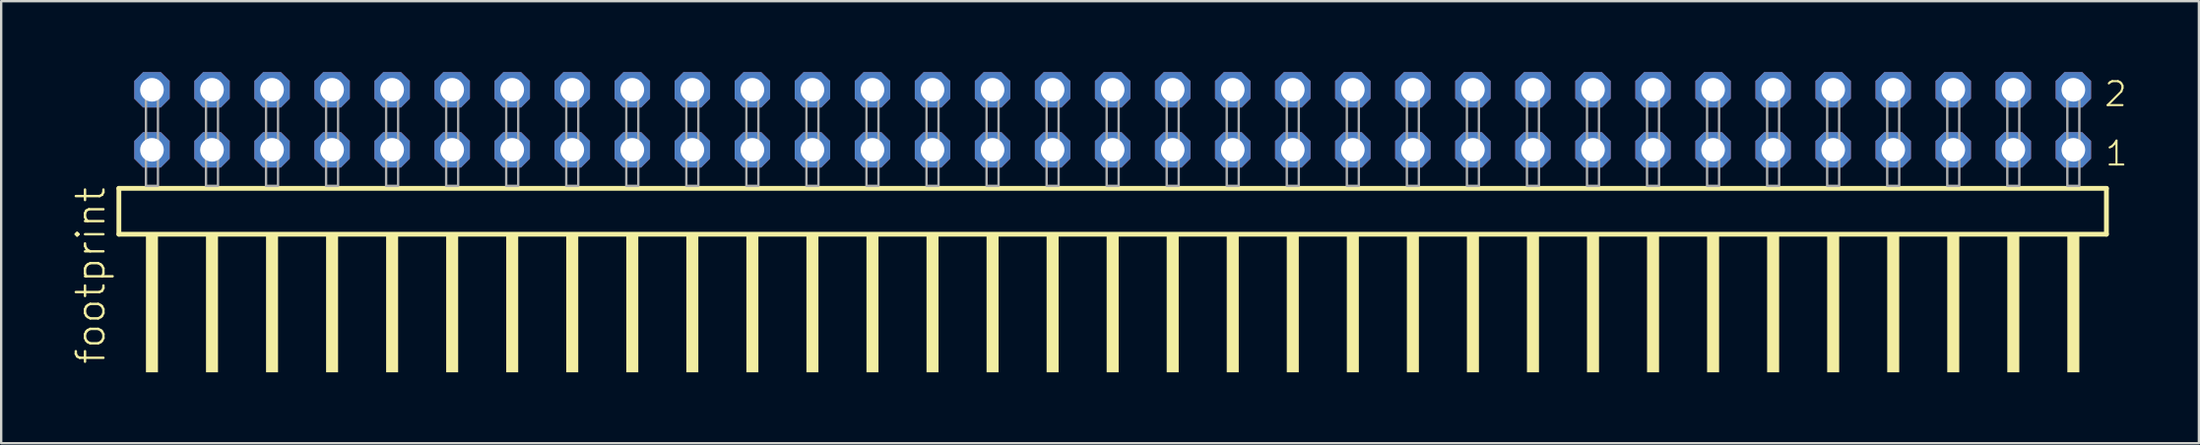
<source format=kicad_pcb>
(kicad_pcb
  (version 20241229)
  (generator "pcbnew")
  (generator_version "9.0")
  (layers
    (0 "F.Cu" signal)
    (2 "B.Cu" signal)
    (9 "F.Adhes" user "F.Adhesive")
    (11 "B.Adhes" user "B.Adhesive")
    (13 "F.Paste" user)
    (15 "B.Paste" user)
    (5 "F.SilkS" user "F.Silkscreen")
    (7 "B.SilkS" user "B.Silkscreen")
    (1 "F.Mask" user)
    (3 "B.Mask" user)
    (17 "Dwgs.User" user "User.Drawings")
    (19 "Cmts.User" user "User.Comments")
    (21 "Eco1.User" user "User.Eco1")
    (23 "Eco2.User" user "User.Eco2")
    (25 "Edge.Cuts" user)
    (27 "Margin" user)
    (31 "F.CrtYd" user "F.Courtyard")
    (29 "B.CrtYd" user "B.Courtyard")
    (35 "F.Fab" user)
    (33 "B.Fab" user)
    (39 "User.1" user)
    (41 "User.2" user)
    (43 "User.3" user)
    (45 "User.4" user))
  (footprint "footprint"
    (layer "F.Cu")
    (at 44.018 4.814)
    (property "Reference" "footprint" (at -42.545 7.62 90) (layer "F.SilkS") (effects (font (size 1.168 1.168) (thickness 0.102)) (justify left bottom)))
    (fp_line (start -42.039 0.106) (end -42.039 2.046) (stroke (width 0.203) (type solid)) (layer "F.SilkS"))
    (fp_line (start -42.039 2.046) (end 42.039 2.046) (stroke (width 0.203) (type solid)) (layer "F.SilkS"))
    (fp_line (start 42.039 0.106) (end -42.039 0.106) (stroke (width 0.203) (type solid)) (layer "F.SilkS"))
    (fp_line (start 42.039 2.046) (end 42.039 0.106) (stroke (width 0.203) (type solid)) (layer "F.SilkS"))
    (fp_poly (pts (xy -40.894 7.89) (xy -40.386 7.89) (xy -40.386 2.04) (xy -40.894 2.04)) (stroke (width 0) (type solid)) (fill yes) (layer "F.SilkS"))
    (fp_poly (pts (xy -38.354 7.89) (xy -37.846 7.89) (xy -37.846 2.04) (xy -38.354 2.04)) (stroke (width 0) (type solid)) (fill yes) (layer "F.SilkS"))
    (fp_poly (pts (xy -35.814 7.89) (xy -35.306 7.89) (xy -35.306 2.04) (xy -35.814 2.04)) (stroke (width 0) (type solid)) (fill yes) (layer "F.SilkS"))
    (fp_poly (pts (xy -33.274 7.89) (xy -32.766 7.89) (xy -32.766 2.04) (xy -33.274 2.04)) (stroke (width 0) (type solid)) (fill yes) (layer "F.SilkS"))
    (fp_poly (pts (xy -30.734 7.89) (xy -30.226 7.89) (xy -30.226 2.04) (xy -30.734 2.04)) (stroke (width 0) (type solid)) (fill yes) (layer "F.SilkS"))
    (fp_poly (pts (xy -28.194 7.89) (xy -27.686 7.89) (xy -27.686 2.04) (xy -28.194 2.04)) (stroke (width 0) (type solid)) (fill yes) (layer "F.SilkS"))
    (fp_poly (pts (xy -25.654 7.89) (xy -25.146 7.89) (xy -25.146 2.04) (xy -25.654 2.04)) (stroke (width 0) (type solid)) (fill yes) (layer "F.SilkS"))
    (fp_poly (pts (xy -23.114 7.89) (xy -22.606 7.89) (xy -22.606 2.04) (xy -23.114 2.04)) (stroke (width 0) (type solid)) (fill yes) (layer "F.SilkS"))
    (fp_poly (pts (xy -20.574 7.89) (xy -20.066 7.89) (xy -20.066 2.04) (xy -20.574 2.04)) (stroke (width 0) (type solid)) (fill yes) (layer "F.SilkS"))
    (fp_poly (pts (xy -18.034 7.89) (xy -17.526 7.89) (xy -17.526 2.04) (xy -18.034 2.04)) (stroke (width 0) (type solid)) (fill yes) (layer "F.SilkS"))
    (fp_poly (pts (xy -15.494 7.89) (xy -14.986 7.89) (xy -14.986 2.04) (xy -15.494 2.04)) (stroke (width 0) (type solid)) (fill yes) (layer "F.SilkS"))
    (fp_poly (pts (xy -12.954 7.89) (xy -12.446 7.89) (xy -12.446 2.04) (xy -12.954 2.04)) (stroke (width 0) (type solid)) (fill yes) (layer "F.SilkS"))
    (fp_poly (pts (xy -10.414 7.89) (xy -9.906 7.89) (xy -9.906 2.04) (xy -10.414 2.04)) (stroke (width 0) (type solid)) (fill yes) (layer "F.SilkS"))
    (fp_poly (pts (xy -7.874 7.89) (xy -7.366 7.89) (xy -7.366 2.04) (xy -7.874 2.04)) (stroke (width 0) (type solid)) (fill yes) (layer "F.SilkS"))
    (fp_poly (pts (xy -5.334 7.89) (xy -4.826 7.89) (xy -4.826 2.04) (xy -5.334 2.04)) (stroke (width 0) (type solid)) (fill yes) (layer "F.SilkS"))
    (fp_poly (pts (xy -2.794 7.89) (xy -2.286 7.89) (xy -2.286 2.04) (xy -2.794 2.04)) (stroke (width 0) (type solid)) (fill yes) (layer "F.SilkS"))
    (fp_poly (pts (xy -0.254 7.89) (xy 0.254 7.89) (xy 0.254 2.04) (xy -0.254 2.04)) (stroke (width 0) (type solid)) (fill yes) (layer "F.SilkS"))
    (fp_poly (pts (xy 2.286 7.89) (xy 2.794 7.89) (xy 2.794 2.04) (xy 2.286 2.04)) (stroke (width 0) (type solid)) (fill yes) (layer "F.SilkS"))
    (fp_poly (pts (xy 4.826 7.89) (xy 5.334 7.89) (xy 5.334 2.04) (xy 4.826 2.04)) (stroke (width 0) (type solid)) (fill yes) (layer "F.SilkS"))
    (fp_poly (pts (xy 7.366 7.89) (xy 7.874 7.89) (xy 7.874 2.04) (xy 7.366 2.04)) (stroke (width 0) (type solid)) (fill yes) (layer "F.SilkS"))
    (fp_poly (pts (xy 9.906 7.89) (xy 10.414 7.89) (xy 10.414 2.04) (xy 9.906 2.04)) (stroke (width 0) (type solid)) (fill yes) (layer "F.SilkS"))
    (fp_poly (pts (xy 12.446 7.89) (xy 12.954 7.89) (xy 12.954 2.04) (xy 12.446 2.04)) (stroke (width 0) (type solid)) (fill yes) (layer "F.SilkS"))
    (fp_poly (pts (xy 14.986 7.89) (xy 15.494 7.89) (xy 15.494 2.04) (xy 14.986 2.04)) (stroke (width 0) (type solid)) (fill yes) (layer "F.SilkS"))
    (fp_poly (pts (xy 17.526 7.89) (xy 18.034 7.89) (xy 18.034 2.04) (xy 17.526 2.04)) (stroke (width 0) (type solid)) (fill yes) (layer "F.SilkS"))
    (fp_poly (pts (xy 20.066 7.89) (xy 20.574 7.89) (xy 20.574 2.04) (xy 20.066 2.04)) (stroke (width 0) (type solid)) (fill yes) (layer "F.SilkS"))
    (fp_poly (pts (xy 22.606 7.89) (xy 23.114 7.89) (xy 23.114 2.04) (xy 22.606 2.04)) (stroke (width 0) (type solid)) (fill yes) (layer "F.SilkS"))
    (fp_poly (pts (xy 25.146 7.89) (xy 25.654 7.89) (xy 25.654 2.04) (xy 25.146 2.04)) (stroke (width 0) (type solid)) (fill yes) (layer "F.SilkS"))
    (fp_poly (pts (xy 27.686 7.89) (xy 28.194 7.89) (xy 28.194 2.04) (xy 27.686 2.04)) (stroke (width 0) (type solid)) (fill yes) (layer "F.SilkS"))
    (fp_poly (pts (xy 30.226 7.89) (xy 30.734 7.89) (xy 30.734 2.04) (xy 30.226 2.04)) (stroke (width 0) (type solid)) (fill yes) (layer "F.SilkS"))
    (fp_poly (pts (xy 32.766 7.89) (xy 33.274 7.89) (xy 33.274 2.04) (xy 32.766 2.04)) (stroke (width 0) (type solid)) (fill yes) (layer "F.SilkS"))
    (fp_poly (pts (xy 35.306 7.89) (xy 35.814 7.89) (xy 35.814 2.04) (xy 35.306 2.04)) (stroke (width 0) (type solid)) (fill yes) (layer "F.SilkS"))
    (fp_poly (pts (xy 37.846 7.89) (xy 38.354 7.89) (xy 38.354 2.04) (xy 37.846 2.04)) (stroke (width 0) (type solid)) (fill yes) (layer "F.SilkS"))
    (fp_poly (pts (xy 40.386 7.89) (xy 40.894 7.89) (xy 40.894 2.04) (xy 40.386 2.04)) (stroke (width 0) (type solid)) (fill yes) (layer "F.SilkS"))
    (fp_poly (pts (xy -40.894 0) (xy -40.386 0) (xy -40.386 -4.318) (xy -40.894 -4.318)) (stroke (width 0.1) (type solid)) (fill no) (layer "F.Fab"))
    (fp_poly (pts (xy -38.354 0) (xy -37.846 0) (xy -37.846 -4.318) (xy -38.354 -4.318)) (stroke (width 0.1) (type solid)) (fill no) (layer "F.Fab"))
    (fp_poly (pts (xy -35.814 0) (xy -35.306 0) (xy -35.306 -4.318) (xy -35.814 -4.318)) (stroke (width 0.1) (type solid)) (fill no) (layer "F.Fab"))
    (fp_poly (pts (xy -33.274 0) (xy -32.766 0) (xy -32.766 -4.318) (xy -33.274 -4.318)) (stroke (width 0.1) (type solid)) (fill no) (layer "F.Fab"))
    (fp_poly (pts (xy -30.734 0) (xy -30.226 0) (xy -30.226 -4.318) (xy -30.734 -4.318)) (stroke (width 0.1) (type solid)) (fill no) (layer "F.Fab"))
    (fp_poly (pts (xy -28.194 0) (xy -27.686 0) (xy -27.686 -4.318) (xy -28.194 -4.318)) (stroke (width 0.1) (type solid)) (fill no) (layer "F.Fab"))
    (fp_poly (pts (xy -25.654 0) (xy -25.146 0) (xy -25.146 -4.318) (xy -25.654 -4.318)) (stroke (width 0.1) (type solid)) (fill no) (layer "F.Fab"))
    (fp_poly (pts (xy -23.114 0) (xy -22.606 0) (xy -22.606 -4.318) (xy -23.114 -4.318)) (stroke (width 0.1) (type solid)) (fill no) (layer "F.Fab"))
    (fp_poly (pts (xy -20.574 0) (xy -20.066 0) (xy -20.066 -4.318) (xy -20.574 -4.318)) (stroke (width 0.1) (type solid)) (fill no) (layer "F.Fab"))
    (fp_poly (pts (xy -18.034 0) (xy -17.526 0) (xy -17.526 -4.318) (xy -18.034 -4.318)) (stroke (width 0.1) (type solid)) (fill no) (layer "F.Fab"))
    (fp_poly (pts (xy -15.494 0) (xy -14.986 0) (xy -14.986 -4.318) (xy -15.494 -4.318)) (stroke (width 0.1) (type solid)) (fill no) (layer "F.Fab"))
    (fp_poly (pts (xy -12.954 0) (xy -12.446 0) (xy -12.446 -4.318) (xy -12.954 -4.318)) (stroke (width 0.1) (type solid)) (fill no) (layer "F.Fab"))
    (fp_poly (pts (xy -10.414 0) (xy -9.906 0) (xy -9.906 -4.318) (xy -10.414 -4.318)) (stroke (width 0.1) (type solid)) (fill no) (layer "F.Fab"))
    (fp_poly (pts (xy -7.874 0) (xy -7.366 0) (xy -7.366 -4.318) (xy -7.874 -4.318)) (stroke (width 0.1) (type solid)) (fill no) (layer "F.Fab"))
    (fp_poly (pts (xy -5.334 0) (xy -4.826 0) (xy -4.826 -4.318) (xy -5.334 -4.318)) (stroke (width 0.1) (type solid)) (fill no) (layer "F.Fab"))
    (fp_poly (pts (xy -2.794 0) (xy -2.286 0) (xy -2.286 -4.318) (xy -2.794 -4.318)) (stroke (width 0.1) (type solid)) (fill no) (layer "F.Fab"))
    (fp_poly (pts (xy -0.254 0) (xy 0.254 0) (xy 0.254 -4.318) (xy -0.254 -4.318)) (stroke (width 0.1) (type solid)) (fill no) (layer "F.Fab"))
    (fp_poly (pts (xy 2.286 0) (xy 2.794 0) (xy 2.794 -4.318) (xy 2.286 -4.318)) (stroke (width 0.1) (type solid)) (fill no) (layer "F.Fab"))
    (fp_poly (pts (xy 4.826 0) (xy 5.334 0) (xy 5.334 -4.318) (xy 4.826 -4.318)) (stroke (width 0.1) (type solid)) (fill no) (layer "F.Fab"))
    (fp_poly (pts (xy 7.366 0) (xy 7.874 0) (xy 7.874 -4.318) (xy 7.366 -4.318)) (stroke (width 0.1) (type solid)) (fill no) (layer "F.Fab"))
    (fp_poly (pts (xy 9.906 0) (xy 10.414 0) (xy 10.414 -4.318) (xy 9.906 -4.318)) (stroke (width 0.1) (type solid)) (fill no) (layer "F.Fab"))
    (fp_poly (pts (xy 12.446 0) (xy 12.954 0) (xy 12.954 -4.318) (xy 12.446 -4.318)) (stroke (width 0.1) (type solid)) (fill no) (layer "F.Fab"))
    (fp_poly (pts (xy 14.986 0) (xy 15.494 0) (xy 15.494 -4.318) (xy 14.986 -4.318)) (stroke (width 0.1) (type solid)) (fill no) (layer "F.Fab"))
    (fp_poly (pts (xy 17.526 0) (xy 18.034 0) (xy 18.034 -4.318) (xy 17.526 -4.318)) (stroke (width 0.1) (type solid)) (fill no) (layer "F.Fab"))
    (fp_poly (pts (xy 20.066 0) (xy 20.574 0) (xy 20.574 -4.318) (xy 20.066 -4.318)) (stroke (width 0.1) (type solid)) (fill no) (layer "F.Fab"))
    (fp_poly (pts (xy 22.606 0) (xy 23.114 0) (xy 23.114 -4.318) (xy 22.606 -4.318)) (stroke (width 0.1) (type solid)) (fill no) (layer "F.Fab"))
    (fp_poly (pts (xy 25.146 0) (xy 25.654 0) (xy 25.654 -4.318) (xy 25.146 -4.318)) (stroke (width 0.1) (type solid)) (fill no) (layer "F.Fab"))
    (fp_poly (pts (xy 27.686 0) (xy 28.194 0) (xy 28.194 -4.318) (xy 27.686 -4.318)) (stroke (width 0.1) (type solid)) (fill no) (layer "F.Fab"))
    (fp_poly (pts (xy 30.226 0) (xy 30.734 0) (xy 30.734 -4.318) (xy 30.226 -4.318)) (stroke (width 0.1) (type solid)) (fill no) (layer "F.Fab"))
    (fp_poly (pts (xy 32.766 0) (xy 33.274 0) (xy 33.274 -4.318) (xy 32.766 -4.318)) (stroke (width 0.1) (type solid)) (fill no) (layer "F.Fab"))
    (fp_poly (pts (xy 35.306 0) (xy 35.814 0) (xy 35.814 -4.318) (xy 35.306 -4.318)) (stroke (width 0.1) (type solid)) (fill no) (layer "F.Fab"))
    (fp_poly (pts (xy 37.846 0) (xy 38.354 0) (xy 38.354 -4.318) (xy 37.846 -4.318)) (stroke (width 0.1) (type solid)) (fill no) (layer "F.Fab"))
    (fp_poly (pts (xy 40.386 0) (xy 40.894 0) (xy 40.894 -4.318) (xy 40.386 -4.318)) (stroke (width 0.1) (type solid)) (fill no) (layer "F.Fab"))
    (fp_text user "2" (at 41.89 -3.29 0) (layer "F.SilkS") (effects (font (size 1.012 1.012) (thickness 0.088)) (justify left bottom)))
    (fp_text user "1" (at 41.925 -0.775 0) (layer "F.SilkS") (effects (font (size 1.012 1.012) (thickness 0.088)) (justify left bottom)))
    (pad "1" thru_hole roundrect (at 40.64 -1.524 180) (size 1.5 1.5) (drill 1) (layers "*.Cu" "*.Mask") (roundrect_rratio 0.25) (chamfer_ratio 0.25) (chamfer top_left top_right bottom_left bottom_right))
    (pad "2" thru_hole roundrect (at 40.64 -4.064 180) (size 1.5 1.5) (drill 1) (layers "*.Cu" "*.Mask") (roundrect_rratio 0.25) (chamfer_ratio 0.25) (chamfer top_left top_right bottom_left bottom_right))
    (pad "3" thru_hole roundrect (at 38.1 -1.524 180) (size 1.5 1.5) (drill 1) (layers "*.Cu" "*.Mask") (roundrect_rratio 0.25) (chamfer_ratio 0.25) (chamfer top_left top_right bottom_left bottom_right))
    (pad "4" thru_hole roundrect (at 38.1 -4.064 180) (size 1.5 1.5) (drill 1) (layers "*.Cu" "*.Mask") (roundrect_rratio 0.25) (chamfer_ratio 0.25) (chamfer top_left top_right bottom_left bottom_right))
    (pad "5" thru_hole roundrect (at 35.56 -1.524 180) (size 1.5 1.5) (drill 1) (layers "*.Cu" "*.Mask") (roundrect_rratio 0.25) (chamfer_ratio 0.25) (chamfer top_left top_right bottom_left bottom_right))
    (pad "6" thru_hole roundrect (at 35.56 -4.064 180) (size 1.5 1.5) (drill 1) (layers "*.Cu" "*.Mask") (roundrect_rratio 0.25) (chamfer_ratio 0.25) (chamfer top_left top_right bottom_left bottom_right))
    (pad "7" thru_hole roundrect (at 33.02 -1.524 180) (size 1.5 1.5) (drill 1) (layers "*.Cu" "*.Mask") (roundrect_rratio 0.25) (chamfer_ratio 0.25) (chamfer top_left top_right bottom_left bottom_right))
    (pad "8" thru_hole roundrect (at 33.02 -4.064 180) (size 1.5 1.5) (drill 1) (layers "*.Cu" "*.Mask") (roundrect_rratio 0.25) (chamfer_ratio 0.25) (chamfer top_left top_right bottom_left bottom_right))
    (pad "9" thru_hole roundrect (at 30.48 -1.524 180) (size 1.5 1.5) (drill 1) (layers "*.Cu" "*.Mask") (roundrect_rratio 0.25) (chamfer_ratio 0.25) (chamfer top_left top_right bottom_left bottom_right))
    (pad "10" thru_hole roundrect (at 30.48 -4.064 180) (size 1.5 1.5) (drill 1) (layers "*.Cu" "*.Mask") (roundrect_rratio 0.25) (chamfer_ratio 0.25) (chamfer top_left top_right bottom_left bottom_right))
    (pad "11" thru_hole roundrect (at 27.94 -1.524 180) (size 1.5 1.5) (drill 1) (layers "*.Cu" "*.Mask") (roundrect_rratio 0.25) (chamfer_ratio 0.25) (chamfer top_left top_right bottom_left bottom_right))
    (pad "12" thru_hole roundrect (at 27.94 -4.064 180) (size 1.5 1.5) (drill 1) (layers "*.Cu" "*.Mask") (roundrect_rratio 0.25) (chamfer_ratio 0.25) (chamfer top_left top_right bottom_left bottom_right))
    (pad "13" thru_hole roundrect (at 25.4 -1.524 180) (size 1.5 1.5) (drill 1) (layers "*.Cu" "*.Mask") (roundrect_rratio 0.25) (chamfer_ratio 0.25) (chamfer top_left top_right bottom_left bottom_right))
    (pad "14" thru_hole roundrect (at 25.4 -4.064 180) (size 1.5 1.5) (drill 1) (layers "*.Cu" "*.Mask") (roundrect_rratio 0.25) (chamfer_ratio 0.25) (chamfer top_left top_right bottom_left bottom_right))
    (pad "15" thru_hole roundrect (at 22.86 -1.524 180) (size 1.5 1.5) (drill 1) (layers "*.Cu" "*.Mask") (roundrect_rratio 0.25) (chamfer_ratio 0.25) (chamfer top_left top_right bottom_left bottom_right))
    (pad "16" thru_hole roundrect (at 22.86 -4.064 180) (size 1.5 1.5) (drill 1) (layers "*.Cu" "*.Mask") (roundrect_rratio 0.25) (chamfer_ratio 0.25) (chamfer top_left top_right bottom_left bottom_right))
    (pad "17" thru_hole roundrect (at 20.32 -1.524 180) (size 1.5 1.5) (drill 1) (layers "*.Cu" "*.Mask") (roundrect_rratio 0.25) (chamfer_ratio 0.25) (chamfer top_left top_right bottom_left bottom_right))
    (pad "18" thru_hole roundrect (at 20.32 -4.064 180) (size 1.5 1.5) (drill 1) (layers "*.Cu" "*.Mask") (roundrect_rratio 0.25) (chamfer_ratio 0.25) (chamfer top_left top_right bottom_left bottom_right))
    (pad "19" thru_hole roundrect (at 17.78 -1.524 180) (size 1.5 1.5) (drill 1) (layers "*.Cu" "*.Mask") (roundrect_rratio 0.25) (chamfer_ratio 0.25) (chamfer top_left top_right bottom_left bottom_right))
    (pad "20" thru_hole roundrect (at 17.78 -4.064 180) (size 1.5 1.5) (drill 1) (layers "*.Cu" "*.Mask") (roundrect_rratio 0.25) (chamfer_ratio 0.25) (chamfer top_left top_right bottom_left bottom_right))
    (pad "21" thru_hole roundrect (at 15.24 -1.524 180) (size 1.5 1.5) (drill 1) (layers "*.Cu" "*.Mask") (roundrect_rratio 0.25) (chamfer_ratio 0.25) (chamfer top_left top_right bottom_left bottom_right))
    (pad "22" thru_hole roundrect (at 15.24 -4.064 180) (size 1.5 1.5) (drill 1) (layers "*.Cu" "*.Mask") (roundrect_rratio 0.25) (chamfer_ratio 0.25) (chamfer top_left top_right bottom_left bottom_right))
    (pad "23" thru_hole roundrect (at 12.7 -1.524 180) (size 1.5 1.5) (drill 1) (layers "*.Cu" "*.Mask") (roundrect_rratio 0.25) (chamfer_ratio 0.25) (chamfer top_left top_right bottom_left bottom_right))
    (pad "24" thru_hole roundrect (at 12.7 -4.064 180) (size 1.5 1.5) (drill 1) (layers "*.Cu" "*.Mask") (roundrect_rratio 0.25) (chamfer_ratio 0.25) (chamfer top_left top_right bottom_left bottom_right))
    (pad "25" thru_hole roundrect (at 10.16 -1.524 180) (size 1.5 1.5) (drill 1) (layers "*.Cu" "*.Mask") (roundrect_rratio 0.25) (chamfer_ratio 0.25) (chamfer top_left top_right bottom_left bottom_right))
    (pad "26" thru_hole roundrect (at 10.16 -4.064 180) (size 1.5 1.5) (drill 1) (layers "*.Cu" "*.Mask") (roundrect_rratio 0.25) (chamfer_ratio 0.25) (chamfer top_left top_right bottom_left bottom_right))
    (pad "27" thru_hole roundrect (at 7.62 -1.524 180) (size 1.5 1.5) (drill 1) (layers "*.Cu" "*.Mask") (roundrect_rratio 0.25) (chamfer_ratio 0.25) (chamfer top_left top_right bottom_left bottom_right))
    (pad "28" thru_hole roundrect (at 7.62 -4.064 180) (size 1.5 1.5) (drill 1) (layers "*.Cu" "*.Mask") (roundrect_rratio 0.25) (chamfer_ratio 0.25) (chamfer top_left top_right bottom_left bottom_right))
    (pad "29" thru_hole roundrect (at 5.08 -1.524 180) (size 1.5 1.5) (drill 1) (layers "*.Cu" "*.Mask") (roundrect_rratio 0.25) (chamfer_ratio 0.25) (chamfer top_left top_right bottom_left bottom_right))
    (pad "30" thru_hole roundrect (at 5.08 -4.064 180) (size 1.5 1.5) (drill 1) (layers "*.Cu" "*.Mask") (roundrect_rratio 0.25) (chamfer_ratio 0.25) (chamfer top_left top_right bottom_left bottom_right))
    (pad "31" thru_hole roundrect (at 2.54 -1.524 180) (size 1.5 1.5) (drill 1) (layers "*.Cu" "*.Mask") (roundrect_rratio 0.25) (chamfer_ratio 0.25) (chamfer top_left top_right bottom_left bottom_right))
    (pad "32" thru_hole roundrect (at 2.54 -4.064 180) (size 1.5 1.5) (drill 1) (layers "*.Cu" "*.Mask") (roundrect_rratio 0.25) (chamfer_ratio 0.25) (chamfer top_left top_right bottom_left bottom_right))
    (pad "33" thru_hole roundrect (at 0 -1.524 180) (size 1.5 1.5) (drill 1) (layers "*.Cu" "*.Mask") (roundrect_rratio 0.25) (chamfer_ratio 0.25) (chamfer top_left top_right bottom_left bottom_right))
    (pad "34" thru_hole roundrect (at 0 -4.064 180) (size 1.5 1.5) (drill 1) (layers "*.Cu" "*.Mask") (roundrect_rratio 0.25) (chamfer_ratio 0.25) (chamfer top_left top_right bottom_left bottom_right))
    (pad "35" thru_hole roundrect (at -2.54 -1.524 180) (size 1.5 1.5) (drill 1) (layers "*.Cu" "*.Mask") (roundrect_rratio 0.25) (chamfer_ratio 0.25) (chamfer top_left top_right bottom_left bottom_right))
    (pad "36" thru_hole roundrect (at -2.54 -4.064 180) (size 1.5 1.5) (drill 1) (layers "*.Cu" "*.Mask") (roundrect_rratio 0.25) (chamfer_ratio 0.25) (chamfer top_left top_right bottom_left bottom_right))
    (pad "37" thru_hole roundrect (at -5.08 -1.524 180) (size 1.5 1.5) (drill 1) (layers "*.Cu" "*.Mask") (roundrect_rratio 0.25) (chamfer_ratio 0.25) (chamfer top_left top_right bottom_left bottom_right))
    (pad "38" thru_hole roundrect (at -5.08 -4.064 180) (size 1.5 1.5) (drill 1) (layers "*.Cu" "*.Mask") (roundrect_rratio 0.25) (chamfer_ratio 0.25) (chamfer top_left top_right bottom_left bottom_right))
    (pad "39" thru_hole roundrect (at -7.62 -1.524 180) (size 1.5 1.5) (drill 1) (layers "*.Cu" "*.Mask") (roundrect_rratio 0.25) (chamfer_ratio 0.25) (chamfer top_left top_right bottom_left bottom_right))
    (pad "40" thru_hole roundrect (at -7.62 -4.064 180) (size 1.5 1.5) (drill 1) (layers "*.Cu" "*.Mask") (roundrect_rratio 0.25) (chamfer_ratio 0.25) (chamfer top_left top_right bottom_left bottom_right))
    (pad "41" thru_hole roundrect (at -10.16 -1.524 180) (size 1.5 1.5) (drill 1) (layers "*.Cu" "*.Mask") (roundrect_rratio 0.25) (chamfer_ratio 0.25) (chamfer top_left top_right bottom_left bottom_right))
    (pad "42" thru_hole roundrect (at -10.16 -4.064 180) (size 1.5 1.5) (drill 1) (layers "*.Cu" "*.Mask") (roundrect_rratio 0.25) (chamfer_ratio 0.25) (chamfer top_left top_right bottom_left bottom_right))
    (pad "43" thru_hole roundrect (at -12.7 -1.524 180) (size 1.5 1.5) (drill 1) (layers "*.Cu" "*.Mask") (roundrect_rratio 0.25) (chamfer_ratio 0.25) (chamfer top_left top_right bottom_left bottom_right))
    (pad "44" thru_hole roundrect (at -12.7 -4.064 180) (size 1.5 1.5) (drill 1) (layers "*.Cu" "*.Mask") (roundrect_rratio 0.25) (chamfer_ratio 0.25) (chamfer top_left top_right bottom_left bottom_right))
    (pad "45" thru_hole roundrect (at -15.24 -1.524 180) (size 1.5 1.5) (drill 1) (layers "*.Cu" "*.Mask") (roundrect_rratio 0.25) (chamfer_ratio 0.25) (chamfer top_left top_right bottom_left bottom_right))
    (pad "46" thru_hole roundrect (at -15.24 -4.064 180) (size 1.5 1.5) (drill 1) (layers "*.Cu" "*.Mask") (roundrect_rratio 0.25) (chamfer_ratio 0.25) (chamfer top_left top_right bottom_left bottom_right))
    (pad "47" thru_hole roundrect (at -17.78 -1.524 180) (size 1.5 1.5) (drill 1) (layers "*.Cu" "*.Mask") (roundrect_rratio 0.25) (chamfer_ratio 0.25) (chamfer top_left top_right bottom_left bottom_right))
    (pad "48" thru_hole roundrect (at -17.78 -4.064 180) (size 1.5 1.5) (drill 1) (layers "*.Cu" "*.Mask") (roundrect_rratio 0.25) (chamfer_ratio 0.25) (chamfer top_left top_right bottom_left bottom_right))
    (pad "49" thru_hole roundrect (at -20.32 -1.524 180) (size 1.5 1.5) (drill 1) (layers "*.Cu" "*.Mask") (roundrect_rratio 0.25) (chamfer_ratio 0.25) (chamfer top_left top_right bottom_left bottom_right))
    (pad "50" thru_hole roundrect (at -20.32 -4.064 180) (size 1.5 1.5) (drill 1) (layers "*.Cu" "*.Mask") (roundrect_rratio 0.25) (chamfer_ratio 0.25) (chamfer top_left top_right bottom_left bottom_right))
    (pad "51" thru_hole roundrect (at -22.86 -1.524 180) (size 1.5 1.5) (drill 1) (layers "*.Cu" "*.Mask") (roundrect_rratio 0.25) (chamfer_ratio 0.25) (chamfer top_left top_right bottom_left bottom_right))
    (pad "52" thru_hole roundrect (at -22.86 -4.064 180) (size 1.5 1.5) (drill 1) (layers "*.Cu" "*.Mask") (roundrect_rratio 0.25) (chamfer_ratio 0.25) (chamfer top_left top_right bottom_left bottom_right))
    (pad "53" thru_hole roundrect (at -25.4 -1.524 180) (size 1.5 1.5) (drill 1) (layers "*.Cu" "*.Mask") (roundrect_rratio 0.25) (chamfer_ratio 0.25) (chamfer top_left top_right bottom_left bottom_right))
    (pad "54" thru_hole roundrect (at -25.4 -4.064 180) (size 1.5 1.5) (drill 1) (layers "*.Cu" "*.Mask") (roundrect_rratio 0.25) (chamfer_ratio 0.25) (chamfer top_left top_right bottom_left bottom_right))
    (pad "55" thru_hole roundrect (at -27.94 -1.524 180) (size 1.5 1.5) (drill 1) (layers "*.Cu" "*.Mask") (roundrect_rratio 0.25) (chamfer_ratio 0.25) (chamfer top_left top_right bottom_left bottom_right))
    (pad "56" thru_hole roundrect (at -27.94 -4.064 180) (size 1.5 1.5) (drill 1) (layers "*.Cu" "*.Mask") (roundrect_rratio 0.25) (chamfer_ratio 0.25) (chamfer top_left top_right bottom_left bottom_right))
    (pad "57" thru_hole roundrect (at -30.48 -1.524 180) (size 1.5 1.5) (drill 1) (layers "*.Cu" "*.Mask") (roundrect_rratio 0.25) (chamfer_ratio 0.25) (chamfer top_left top_right bottom_left bottom_right))
    (pad "58" thru_hole roundrect (at -30.48 -4.064 180) (size 1.5 1.5) (drill 1) (layers "*.Cu" "*.Mask") (roundrect_rratio 0.25) (chamfer_ratio 0.25) (chamfer top_left top_right bottom_left bottom_right))
    (pad "59" thru_hole roundrect (at -33.02 -1.524 180) (size 1.5 1.5) (drill 1) (layers "*.Cu" "*.Mask") (roundrect_rratio 0.25) (chamfer_ratio 0.25) (chamfer top_left top_right bottom_left bottom_right))
    (pad "60" thru_hole roundrect (at -33.02 -4.064 180) (size 1.5 1.5) (drill 1) (layers "*.Cu" "*.Mask") (roundrect_rratio 0.25) (chamfer_ratio 0.25) (chamfer top_left top_right bottom_left bottom_right))
    (pad "61" thru_hole roundrect (at -35.56 -1.524 180) (size 1.5 1.5) (drill 1) (layers "*.Cu" "*.Mask") (roundrect_rratio 0.25) (chamfer_ratio 0.25) (chamfer top_left top_right bottom_left bottom_right))
    (pad "62" thru_hole roundrect (at -35.56 -4.064 180) (size 1.5 1.5) (drill 1) (layers "*.Cu" "*.Mask") (roundrect_rratio 0.25) (chamfer_ratio 0.25) (chamfer top_left top_right bottom_left bottom_right))
    (pad "63" thru_hole roundrect (at -38.1 -1.524 180) (size 1.5 1.5) (drill 1) (layers "*.Cu" "*.Mask") (roundrect_rratio 0.25) (chamfer_ratio 0.25) (chamfer top_left top_right bottom_left bottom_right))
    (pad "64" thru_hole roundrect (at -38.1 -4.064 180) (size 1.5 1.5) (drill 1) (layers "*.Cu" "*.Mask") (roundrect_rratio 0.25) (chamfer_ratio 0.25) (chamfer top_left top_right bottom_left bottom_right))
    (pad "65" thru_hole roundrect (at -40.64 -1.524 180) (size 1.5 1.5) (drill 1) (layers "*.Cu" "*.Mask") (roundrect_rratio 0.25) (chamfer_ratio 0.25) (chamfer top_left top_right bottom_left bottom_right))
    (pad "66" thru_hole roundrect (at -40.64 -4.064 180) (size 1.5 1.5) (drill 1) (layers "*.Cu" "*.Mask") (roundrect_rratio 0.25) (chamfer_ratio 0.25) (chamfer top_left top_right bottom_left bottom_right)))
  (gr_rect
    (start -3 -3)
    (end 89.969 15.704)
    (stroke (width 0.1) (type default))
    (fill no)
    (layer "Edge.Cuts")))
</source>
